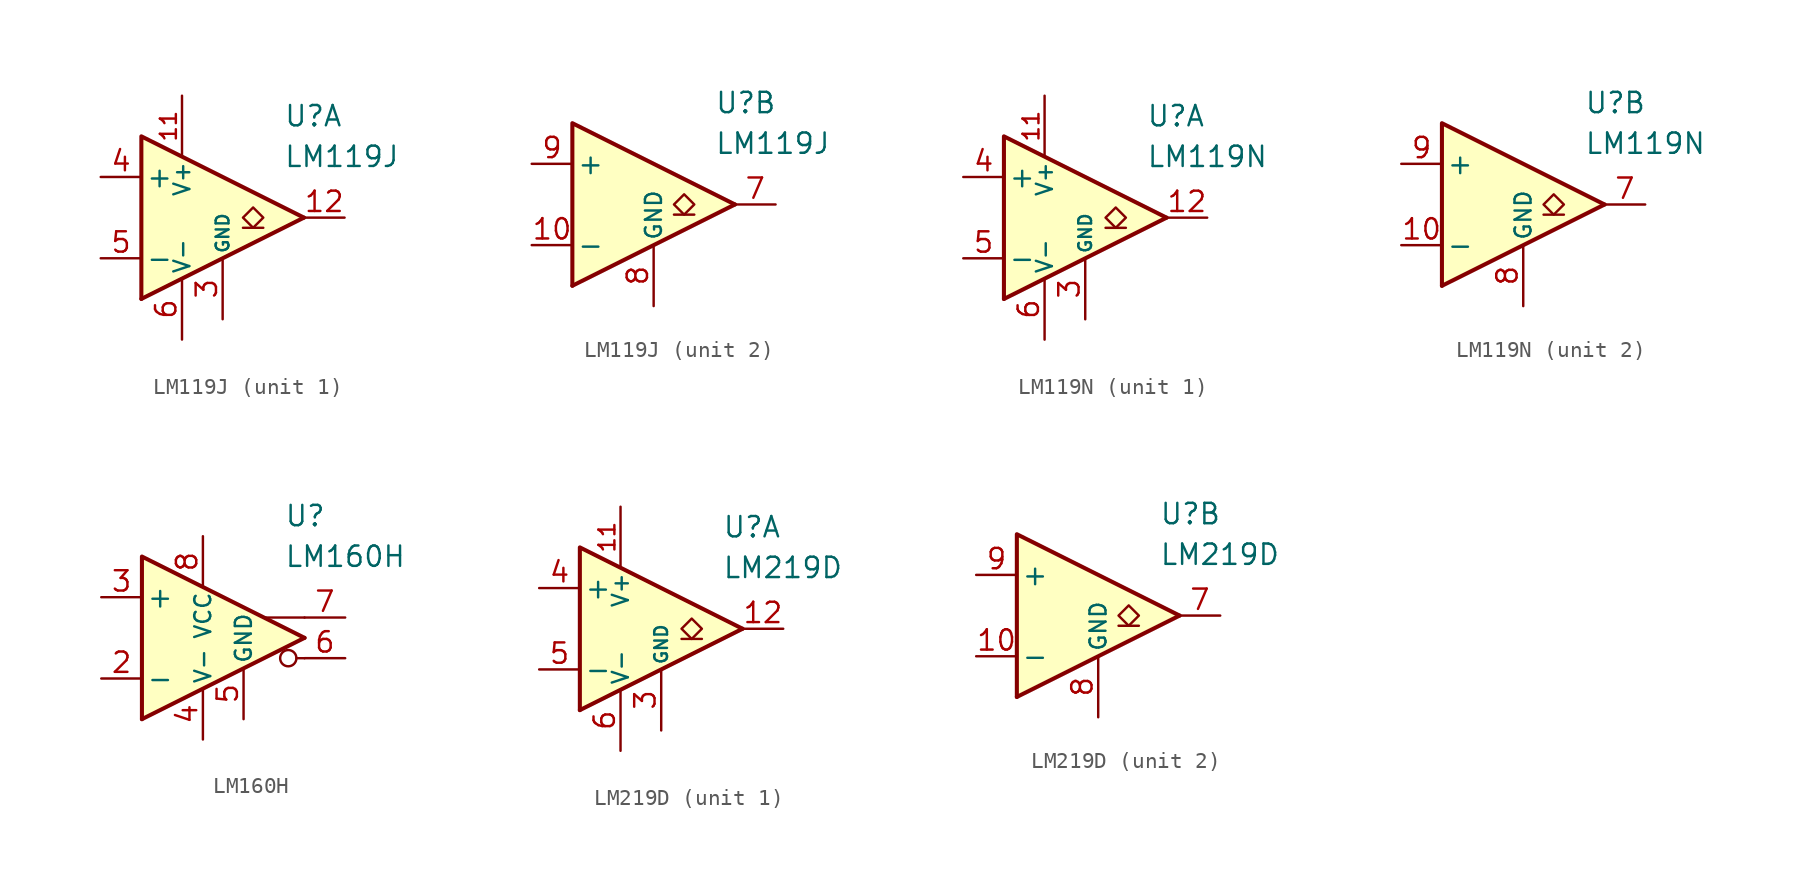
<source format=kicad_sym>
(kicad_symbol_lib
  (version 20231120)
  (generator "kicad_symbol_editor")
  (generator_version "8.0")
  (symbol "LM119J"
    (pin_names
      (offset 0.254))
    (property "Reference" "U"
      (at 6.35 6.35 0)
      (effects (font (size 1.27 1.27)) (justify left)))
    (property "Value" "LM119J"
      (at 6.35 3.81 0)
      (effects (font (size 1.27 1.27)) (justify left)))
    (property "ki_locked" ""
      (at 0 0 0)
      (effects (font (size 1.27 1.27))))
    (symbol "LM119J_0_0"
      (polyline (pts (xy 7.62 0) (xy -2.54 -5.08)) (stroke (width 0.254) (type default)) (fill (type none)))
      (polyline (pts (xy 7.62 0) (xy -2.54 5.08) (xy -2.54 -5.08)) (stroke (width 0.254) (type default)) (fill (type background))))
    (symbol "LM119J_1_1"
      (polyline (pts (xy 5.08 -0.635) (xy 3.81 -0.635)) (stroke (width 0.152) (type default)) (fill (type none)))
      (polyline (pts (xy 4.445 -0.635) (xy 3.81 0) (xy 4.445 0.635) (xy 5.08 0) (xy 4.445 -0.635)) (stroke (width 0.152) (type default)) (fill (type none)))
      (pin no_connect line (at 1.27 2.54 270) (length 2.54) hide (name "NC" (effects (font (size 1.27 1.27)))) (number "1" (effects (font (size 1.27 1.27)))))
      (pin power_in line (at 0 7.62 270) (length 3.81) (name "V+" (effects (font (size 1 1)))) (number "11" (effects (font (size 1 1)))))
      (pin open_collector line (at 10.16 0 180) (length 2.54) (name "~" (effects (font (size 1.27 1.27)))) (number "12" (effects (font (size 1.27 1.27)))))
      (pin no_connect line (at 1.27 -2.54 90) (length 2.54) hide (name "NC" (effects (font (size 1.27 1.27)))) (number "2" (effects (font (size 1.27 1.27)))))
      (pin power_in line (at 2.54 -6.35 90) (length 3.81) (name "GND" (effects (font (size 0.8 0.8)))) (number "3" (effects (font (size 1.27 1.27)))))
      (pin input line (at -5.08 2.54 0) (length 2.54) (name "+" (effects (font (size 1.27 1.27)))) (number "4" (effects (font (size 1.27 1.27)))))
      (pin input line (at -5.08 -2.54 0) (length 2.54) (name "-" (effects (font (size 1.27 1.27)))) (number "5" (effects (font (size 1.27 1.27)))))
      (pin power_in line (at 0 -7.62 90) (length 3.81) (name "V-" (effects (font (size 1 1)))) (number "6" (effects (font (size 1.27 1.27))))))
    (symbol "LM119J_2_1"
      (polyline (pts (xy 5.08 -0.635) (xy 3.81 -0.635)) (stroke (width 0.152) (type default)) (fill (type none)))
      (polyline (pts (xy 4.445 -0.635) (xy 3.81 0) (xy 4.445 0.635) (xy 5.08 0) (xy 4.445 -0.635)) (stroke (width 0.152) (type default)) (fill (type none)))
      (pin input line (at -5.08 -2.54 0) (length 2.54) (name "-" (effects (font (size 1.27 1.27)))) (number "10" (effects (font (size 1.27 1.27)))))
      (pin no_connect line (at 1.27 -2.54 90) (length 2.54) hide (name "NC" (effects (font (size 1.27 1.27)))) (number "13" (effects (font (size 1.27 1.27)))))
      (pin no_connect line (at 1.27 2.54 270) (length 2.54) hide (name "NC" (effects (font (size 1.27 1.27)))) (number "14" (effects (font (size 1.27 1.27)))))
      (pin open_collector line (at 10.16 0 180) (length 2.54) (name "~" (effects (font (size 1.27 1.27)))) (number "7" (effects (font (size 1.27 1.27)))))
      (pin power_in line (at 2.54 -6.35 90) (length 3.81) (name "GND" (effects (font (size 1 1)))) (number "8" (effects (font (size 1.27 1.27)))))
      (pin input line (at -5.08 2.54 0) (length 2.54) (name "+" (effects (font (size 1.27 1.27)))) (number "9" (effects (font (size 1.27 1.27)))))))
  (symbol "LM119N"
    (pin_names
      (offset 0.254))
    (property "Reference" "U"
      (at 6.35 6.35 0)
      (effects (font (size 1.27 1.27)) (justify left)))
    (property "Value" "LM119N"
      (at 6.35 3.81 0)
      (effects (font (size 1.27 1.27)) (justify left)))
    (property "ki_locked" ""
      (at 0 0 0)
      (effects (font (size 1.27 1.27))))
    (symbol "LM119N_0_0"
      (polyline (pts (xy 7.62 0) (xy -2.54 -5.08)) (stroke (width 0.254) (type default)) (fill (type none)))
      (polyline (pts (xy 7.62 0) (xy -2.54 5.08) (xy -2.54 -5.08)) (stroke (width 0.254) (type default)) (fill (type background))))
    (symbol "LM119N_1_1"
      (polyline (pts (xy 5.08 -0.635) (xy 3.81 -0.635)) (stroke (width 0.152) (type default)) (fill (type none)))
      (polyline (pts (xy 4.445 -0.635) (xy 3.81 0) (xy 4.445 0.635) (xy 5.08 0) (xy 4.445 -0.635)) (stroke (width 0.152) (type default)) (fill (type none)))
      (pin no_connect line (at 1.27 2.54 270) (length 2.54) hide (name "NC" (effects (font (size 1.27 1.27)))) (number "1" (effects (font (size 1.27 1.27)))))
      (pin power_in line (at 0 7.62 270) (length 3.81) (name "V+" (effects (font (size 1 1)))) (number "11" (effects (font (size 1 1)))))
      (pin open_collector line (at 10.16 0 180) (length 2.54) (name "~" (effects (font (size 1.27 1.27)))) (number "12" (effects (font (size 1.27 1.27)))))
      (pin no_connect line (at 1.27 -2.54 90) (length 2.54) hide (name "NC" (effects (font (size 1.27 1.27)))) (number "2" (effects (font (size 1.27 1.27)))))
      (pin power_in line (at 2.54 -6.35 90) (length 3.81) (name "GND" (effects (font (size 0.8 0.8)))) (number "3" (effects (font (size 1.27 1.27)))))
      (pin input line (at -5.08 2.54 0) (length 2.54) (name "+" (effects (font (size 1.27 1.27)))) (number "4" (effects (font (size 1.27 1.27)))))
      (pin input line (at -5.08 -2.54 0) (length 2.54) (name "-" (effects (font (size 1.27 1.27)))) (number "5" (effects (font (size 1.27 1.27)))))
      (pin power_in line (at 0 -7.62 90) (length 3.81) (name "V-" (effects (font (size 1 1)))) (number "6" (effects (font (size 1.27 1.27))))))
    (symbol "LM119N_2_1"
      (polyline (pts (xy 5.08 -0.635) (xy 3.81 -0.635)) (stroke (width 0.152) (type default)) (fill (type none)))
      (polyline (pts (xy 4.445 -0.635) (xy 3.81 0) (xy 4.445 0.635) (xy 5.08 0) (xy 4.445 -0.635)) (stroke (width 0.152) (type default)) (fill (type none)))
      (pin input line (at -5.08 -2.54 0) (length 2.54) (name "-" (effects (font (size 1.27 1.27)))) (number "10" (effects (font (size 1.27 1.27)))))
      (pin no_connect line (at 1.27 -2.54 90) (length 2.54) hide (name "NC" (effects (font (size 1.27 1.27)))) (number "13" (effects (font (size 1.27 1.27)))))
      (pin no_connect line (at 1.27 2.54 270) (length 2.54) hide (name "NC" (effects (font (size 1.27 1.27)))) (number "14" (effects (font (size 1.27 1.27)))))
      (pin open_collector line (at 10.16 0 180) (length 2.54) (name "~" (effects (font (size 1.27 1.27)))) (number "7" (effects (font (size 1.27 1.27)))))
      (pin power_in line (at 2.54 -6.35 90) (length 3.81) (name "GND" (effects (font (size 1 1)))) (number "8" (effects (font (size 1.27 1.27)))))
      (pin input line (at -5.08 2.54 0) (length 2.54) (name "+" (effects (font (size 1.27 1.27)))) (number "9" (effects (font (size 1.27 1.27)))))))
  (symbol "LM160H"
    (pin_names
      (offset 0.254))
    (property "Reference" "U"
      (at 5.08 7.62 0)
      (effects (font (size 1.27 1.27)) (justify left)))
    (property "Value" "LM160H"
      (at 5.08 5.08 0)
      (effects (font (size 1.27 1.27)) (justify left)))
    (symbol "LM160H_0_0"
      (polyline (pts (xy 6.35 -1.27) (xy 5.842 -1.27)) (stroke (width 0.152) (type default)) (fill (type none)))
      (polyline (pts (xy 6.35 0) (xy -3.81 -5.08)) (stroke (width 0.254) (type default)) (fill (type none)))
      (polyline (pts (xy 6.35 1.27) (xy 3.81 1.27)) (stroke (width 0.152) (type default)) (fill (type none)))
      (polyline (pts (xy 6.35 0) (xy -3.81 5.08) (xy -3.81 -5.08)) (stroke (width 0.254) (type default)) (fill (type background)))
      (circle (center 5.334 -1.27) (radius 0.508) (stroke (width 0.152) (type default)) (fill (type none))))
    (symbol "LM160H_1_1"
      (pin no_connect line (at -2.54 0 0) (length 2.54) hide (name "NC" (effects (font (size 1.27 1.27)))) (number "1" (effects (font (size 1.27 1.27)))))
      (pin input line (at -6.35 -2.54 0) (length 2.54) (name "-" (effects (font (size 1.27 1.27)))) (number "2" (effects (font (size 1.27 1.27)))))
      (pin input line (at -6.35 2.54 0) (length 2.54) (name "+" (effects (font (size 1.27 1.27)))) (number "3" (effects (font (size 1.27 1.27)))))
      (pin power_in line (at 0 -6.35 90) (length 3.18) (name "V-" (effects (font (size 1 1)))) (number "4" (effects (font (size 1.27 1.27)))))
      (pin power_in line (at 2.54 -5.08 90) (length 3.18) (name "GND" (effects (font (size 1 1)))) (number "5" (effects (font (size 1.27 1.27)))))
      (pin output line (at 8.89 -1.27 180) (length 2.54) (name "~" (effects (font (size 1.27 1.27)))) (number "6" (effects (font (size 1.27 1.27)))))
      (pin output line (at 8.89 1.27 180) (length 2.54) (name "~" (effects (font (size 1.27 1.27)))) (number "7" (effects (font (size 1.27 1.27)))))
      (pin power_in line (at 0 6.35 270) (length 3.18) (name "VCC" (effects (font (size 1 1)))) (number "8" (effects (font (size 1.27 1.27)))))))
  (symbol "LM219D"
    (pin_names
      (offset 0.254))
    (property "Reference" "U"
      (at 6.35 6.35 0)
      (effects (font (size 1.27 1.27)) (justify left)))
    (property "Value" "LM219D"
      (at 6.35 3.81 0)
      (effects (font (size 1.27 1.27)) (justify left)))
    (property "ki_locked" ""
      (at 0 0 0)
      (effects (font (size 1.27 1.27))))
    (symbol "LM219D_0_0"
      (polyline (pts (xy 7.62 0) (xy -2.54 -5.08)) (stroke (width 0.254) (type default)) (fill (type none)))
      (polyline (pts (xy 7.62 0) (xy -2.54 5.08) (xy -2.54 -5.08)) (stroke (width 0.254) (type default)) (fill (type background))))
    (symbol "LM219D_1_1"
      (polyline (pts (xy 5.08 -0.635) (xy 3.81 -0.635)) (stroke (width 0.152) (type default)) (fill (type none)))
      (polyline (pts (xy 4.445 -0.635) (xy 3.81 0) (xy 4.445 0.635) (xy 5.08 0) (xy 4.445 -0.635)) (stroke (width 0.152) (type default)) (fill (type none)))
      (pin no_connect line (at 1.27 2.54 270) (length 2.54) hide (name "NC" (effects (font (size 1.27 1.27)))) (number "1" (effects (font (size 1.27 1.27)))))
      (pin power_in line (at 0 7.62 270) (length 3.81) (name "V+" (effects (font (size 1 1)))) (number "11" (effects (font (size 1 1)))))
      (pin open_collector line (at 10.16 0 180) (length 2.54) (name "~" (effects (font (size 1.27 1.27)))) (number "12" (effects (font (size 1.27 1.27)))))
      (pin no_connect line (at 1.27 -2.54 90) (length 2.54) hide (name "NC" (effects (font (size 1.27 1.27)))) (number "2" (effects (font (size 1.27 1.27)))))
      (pin power_in line (at 2.54 -6.35 90) (length 3.81) (name "GND" (effects (font (size 0.8 0.8)))) (number "3" (effects (font (size 1.27 1.27)))))
      (pin input line (at -5.08 2.54 0) (length 2.54) (name "+" (effects (font (size 1.27 1.27)))) (number "4" (effects (font (size 1.27 1.27)))))
      (pin input line (at -5.08 -2.54 0) (length 2.54) (name "-" (effects (font (size 1.27 1.27)))) (number "5" (effects (font (size 1.27 1.27)))))
      (pin power_in line (at 0 -7.62 90) (length 3.81) (name "V-" (effects (font (size 1 1)))) (number "6" (effects (font (size 1.27 1.27))))))
    (symbol "LM219D_2_1"
      (polyline (pts (xy 5.08 -0.635) (xy 3.81 -0.635)) (stroke (width 0.152) (type default)) (fill (type none)))
      (polyline (pts (xy 4.445 -0.635) (xy 3.81 0) (xy 4.445 0.635) (xy 5.08 0) (xy 4.445 -0.635)) (stroke (width 0.152) (type default)) (fill (type none)))
      (pin input line (at -5.08 -2.54 0) (length 2.54) (name "-" (effects (font (size 1.27 1.27)))) (number "10" (effects (font (size 1.27 1.27)))))
      (pin no_connect line (at 1.27 -2.54 90) (length 2.54) hide (name "NC" (effects (font (size 1.27 1.27)))) (number "13" (effects (font (size 1.27 1.27)))))
      (pin no_connect line (at 1.27 2.54 270) (length 2.54) hide (name "NC" (effects (font (size 1.27 1.27)))) (number "14" (effects (font (size 1.27 1.27)))))
      (pin open_collector line (at 10.16 0 180) (length 2.54) (name "~" (effects (font (size 1.27 1.27)))) (number "7" (effects (font (size 1.27 1.27)))))
      (pin power_in line (at 2.54 -6.35 90) (length 3.81) (name "GND" (effects (font (size 1 1)))) (number "8" (effects (font (size 1.27 1.27)))))
      (pin input line (at -5.08 2.54 0) (length 2.54) (name "+" (effects (font (size 1.27 1.27)))) (number "9" (effects (font (size 1.27 1.27))))))))
</source>
